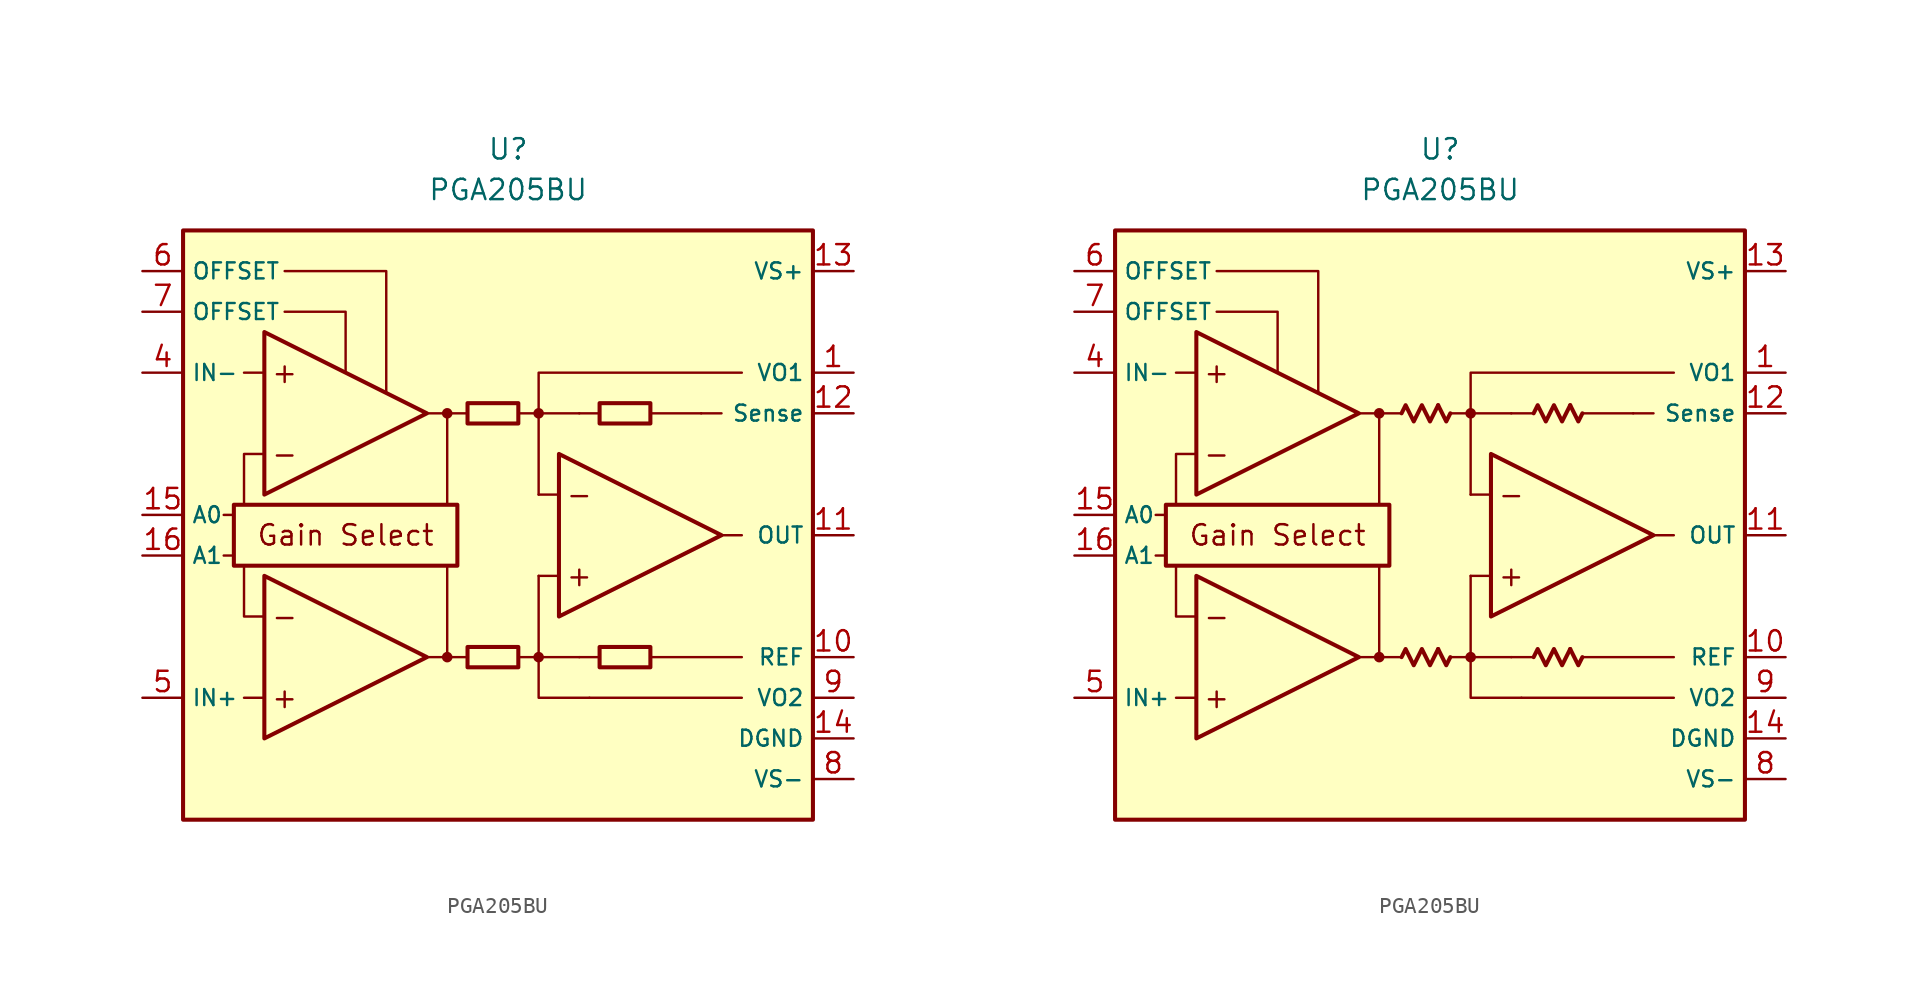
<source format=kicad_sym>
(kicad_symbol_lib
  (version 20231120)
  (generator "kicad_symbol_editor")
  (generator_version "8.0")
  (symbol "PGA205BU"
    (property "Reference" "U"
      (at 0 25.4 0)
      (effects (font (size 1.27 1.27))))
    (property "Value" "PGA205BU"
      (at 0 22.86 0)
      (effects (font (size 1.27 1.27))))
    (symbol "PGA205BU_0_0"
      (rectangle (start -20.32 20.32) (end 19.05 -16.51) (stroke (width 0.254) (type default)) (fill (type background)))
      (rectangle (start -17.145 3.175) (end -3.175 -0.635) (stroke (width 0.254) (type default)) (fill (type none)))
      (circle (center -3.81 -6.35) (radius 0.254) (stroke (width 0.152) (type default)) (fill (type outline)))
      (circle (center -3.81 8.89) (radius 0.254) (stroke (width 0.152) (type default)) (fill (type outline)))
      (polyline (pts (xy -1.27 -6.35)) (stroke (width 0.152) (type default)) (fill (type none)))
      (polyline (pts (xy -1.27 8.89)) (stroke (width 0.152) (type default)) (fill (type none)))
      (polyline (pts (xy 5.715 8.89)) (stroke (width 0.152) (type default)) (fill (type none)))
      (polyline (pts (xy -17.145 0) (xy -17.78 0)) (stroke (width 0.152) (type default)) (fill (type none)))
      (polyline (pts (xy -17.145 2.54) (xy -17.78 2.54)) (stroke (width 0.152) (type default)) (fill (type none)))
      (polyline (pts (xy -15.24 -8.89) (xy -16.51 -8.89)) (stroke (width 0.152) (type default)) (fill (type none)))
      (polyline (pts (xy -15.24 11.43) (xy -16.51 11.43)) (stroke (width 0.152) (type default)) (fill (type none)))
      (polyline (pts (xy -5.08 -6.35) (xy -2.54 -6.35)) (stroke (width 0.152) (type default)) (fill (type none)))
      (polyline (pts (xy -5.08 8.89) (xy -2.54 8.89)) (stroke (width 0.152) (type default)) (fill (type none)))
      (polyline (pts (xy -3.81 -6.35) (xy -3.81 -0.635)) (stroke (width 0.152) (type default)) (fill (type none)))
      (polyline (pts (xy -3.81 3.175) (xy -3.81 8.89)) (stroke (width 0.152) (type default)) (fill (type none)))
      (polyline (pts (xy 0.635 -6.35) (xy 1.905 -6.35)) (stroke (width 0.152) (type default)) (fill (type none)))
      (polyline (pts (xy 0.635 8.89) (xy 1.905 8.89)) (stroke (width 0.152) (type default)) (fill (type none)))
      (polyline (pts (xy 3.175 -1.27) (xy 1.905 -1.27)) (stroke (width 0.152) (type default)) (fill (type none)))
      (polyline (pts (xy 3.175 3.81) (xy 1.905 3.81)) (stroke (width 0.152) (type default)) (fill (type none)))
      (polyline (pts (xy 4.445 -6.35) (xy 1.905 -6.35)) (stroke (width 0.152) (type default)) (fill (type none)))
      (polyline (pts (xy 4.445 -6.35) (xy 5.715 -6.35)) (stroke (width 0.152) (type default)) (fill (type none)))
      (polyline (pts (xy 4.445 8.89) (xy 1.905 8.89)) (stroke (width 0.152) (type default)) (fill (type none)))
      (polyline (pts (xy 4.445 8.89) (xy 5.715 8.89)) (stroke (width 0.152) (type default)) (fill (type none)))
      (polyline (pts (xy 8.89 -6.35) (xy 14.605 -6.35)) (stroke (width 0.152) (type default)) (fill (type none)))
      (polyline (pts (xy 8.89 8.89) (xy 12.065 8.89)) (stroke (width 0.152) (type default)) (fill (type none)))
      (polyline (pts (xy 12.065 8.89) (xy 13.335 8.89)) (stroke (width 0.152) (type default)) (fill (type none)))
      (polyline (pts (xy 13.335 1.27) (xy 14.605 1.27)) (stroke (width 0.152) (type default)) (fill (type none)))
      (polyline (pts (xy 14.605 -8.89) (xy 5.08 -8.89)) (stroke (width 0.152) (type default)) (fill (type none)))
      (polyline (pts (xy -16.51 -0.635) (xy -16.51 -3.81) (xy -15.24 -3.81)) (stroke (width 0.152) (type default)) (fill (type none)))
      (polyline (pts (xy -15.24 6.35) (xy -16.51 6.35) (xy -16.51 3.175)) (stroke (width 0.152) (type default)) (fill (type none)))
      (polyline (pts (xy -13.97 15.24) (xy -10.16 15.24) (xy -10.16 11.43)) (stroke (width 0.152) (type default)) (fill (type none)))
      (polyline (pts (xy -7.62 10.16) (xy -7.62 17.78) (xy -13.97 17.78)) (stroke (width 0.152) (type default)) (fill (type none)))
      (polyline (pts (xy 1.905 -1.27) (xy 1.905 -8.89) (xy 5.08 -8.89)) (stroke (width 0.152) (type default)) (fill (type none)))
      (polyline (pts (xy 14.605 11.43) (xy 1.905 11.43) (xy 1.905 3.81)) (stroke (width 0.152) (type default)) (fill (type none)))
      (circle (center 1.905 -6.35) (radius 0.254) (stroke (width 0.152) (type default)) (fill (type outline)))
      (circle (center 1.905 8.89) (radius 0.254) (stroke (width 0.152) (type default)) (fill (type outline)))
      (text "+" (at -13.97 -8.89 0) (effects (font (size 1.27 1.27))))
      (text "+" (at -13.97 11.43 0) (effects (font (size 1.27 1.27))))
      (text "+" (at 4.445 -1.27 0) (effects (font (size 1.27 1.27))))
      (text "-" (at -13.97 -3.81 0) (effects (font (size 1.27 1.27))))
      (text "-" (at -13.97 6.35 0) (effects (font (size 1.27 1.27))))
      (text "-" (at 4.445 3.81 0) (effects (font (size 1.27 1.27))))
      (text "Gain Select" (at -10.16 1.27 0) (effects (font (size 1.27 1.27)))))
    (symbol "PGA205BU_0_1"
      (rectangle (start -2.54 -5.715) (end 0.635 -6.985) (stroke (width 0.254) (type default)) (fill (type none)))
      (rectangle (start -2.54 9.525) (end 0.635 8.255) (stroke (width 0.254) (type default)) (fill (type none)))
      (rectangle (start 5.715 -5.715) (end 8.89 -6.985) (stroke (width 0.254) (type default)) (fill (type none)))
      (rectangle (start 5.715 9.525) (end 8.89 8.255) (stroke (width 0.254) (type default)) (fill (type none))))
    (symbol "PGA205BU_0_2"
      (polyline (pts (xy -0.127 -5.842) (xy 0.381 -6.858) (xy 0.635 -6.35)) (stroke (width 0.254) (type default)) (fill (type none)))
      (polyline (pts (xy -0.127 9.398) (xy 0.381 8.382) (xy 0.635 8.89)) (stroke (width 0.254) (type default)) (fill (type none)))
      (polyline (pts (xy 8.128 -5.842) (xy 8.636 -6.858) (xy 8.89 -6.35)) (stroke (width 0.254) (type default)) (fill (type none)))
      (polyline (pts (xy 8.128 9.398) (xy 8.636 8.382) (xy 8.89 8.89)) (stroke (width 0.254) (type default)) (fill (type none)))
      (polyline (pts (xy -2.413 -6.35) (xy -2.159 -5.842) (xy -1.651 -6.858) (xy -1.143 -5.842) (xy -0.635 -6.858) (xy -0.127 -5.842)) (stroke (width 0.254) (type default)) (fill (type none)))
      (polyline (pts (xy -2.413 8.89) (xy -2.159 9.398) (xy -1.651 8.382) (xy -1.143 9.398) (xy -0.635 8.382) (xy -0.127 9.398)) (stroke (width 0.254) (type default)) (fill (type none)))
      (polyline (pts (xy 5.842 -6.35) (xy 6.096 -5.842) (xy 6.604 -6.858) (xy 7.112 -5.842) (xy 7.62 -6.858) (xy 8.128 -5.842)) (stroke (width 0.254) (type default)) (fill (type none)))
      (polyline (pts (xy 5.842 8.89) (xy 6.096 9.398) (xy 6.604 8.382) (xy 7.112 9.398) (xy 7.62 8.382) (xy 8.128 9.398)) (stroke (width 0.254) (type default)) (fill (type none))))
    (symbol "PGA205BU_1_0"
      (polyline (pts (xy -15.24 -1.27) (xy -15.24 -11.43) (xy -5.08 -6.35) (xy -15.24 -1.27)) (stroke (width 0.254) (type default)) (fill (type background)))
      (polyline (pts (xy -15.24 13.97) (xy -15.24 3.81) (xy -5.08 8.89) (xy -15.24 13.97)) (stroke (width 0.254) (type default)) (fill (type background)))
      (polyline (pts (xy 3.175 6.35) (xy 3.175 -3.81) (xy 13.335 1.27) (xy 3.175 6.35)) (stroke (width 0.254) (type default)) (fill (type background))))
    (symbol "PGA205BU_1_1"
      (pin passive line (at 21.59 11.43 180) (length 2.54) (name "VO1" (effects (font (size 1 1)))) (number "1" (effects (font (size 1.27 1.27)))))
      (pin passive line (at 21.59 -6.35 180) (length 2.54) (name "REF" (effects (font (size 1 1)))) (number "10" (effects (font (size 1.27 1.27)))))
      (pin output line (at 21.59 1.27 180) (length 2.54) (name "OUT" (effects (font (size 1 1)))) (number "11" (effects (font (size 1.27 1.27)))))
      (pin passive line (at 21.59 8.89 180) (length 2.54) (name "Sense" (effects (font (size 1 1)))) (number "12" (effects (font (size 1.27 1.27)))))
      (pin power_in line (at 21.59 17.78 180) (length 2.54) (name "VS+" (effects (font (size 1 1)))) (number "13" (effects (font (size 1.27 1.27)))))
      (pin power_in line (at 21.59 -11.43 180) (length 2.54) (name "DGND" (effects (font (size 1 1)))) (number "14" (effects (font (size 1.27 1.27)))))
      (pin input line (at -22.86 2.54 0) (length 2.54) (name "A0" (effects (font (size 1 1)))) (number "15" (effects (font (size 1.27 1.27)))))
      (pin input line (at -22.86 0 0) (length 2.54) (name "A1" (effects (font (size 1 1)))) (number "16" (effects (font (size 1.27 1.27)))))
      (pin free line (at -1.27 -10.16 0) (length 2.54) hide (name "NC" (effects (font (size 1.27 1.27)))) (number "2" (effects (font (size 1.27 1.27)))))
      (pin free line (at -1.27 -12.7 0) (length 2.54) hide (name "NC" (effects (font (size 1.27 1.27)))) (number "3" (effects (font (size 1.27 1.27)))))
      (pin input line (at -22.86 11.43 0) (length 2.54) (name "IN-" (effects (font (size 1 1)))) (number "4" (effects (font (size 1.27 1.27)))))
      (pin input line (at -22.86 -8.89 0) (length 2.54) (name "IN+" (effects (font (size 1 1)))) (number "5" (effects (font (size 1.27 1.27)))))
      (pin passive line (at -22.86 17.78 0) (length 2.54) (name "OFFSET" (effects (font (size 1 1)))) (number "6" (effects (font (size 1.27 1.27)))))
      (pin passive line (at -22.86 15.24 0) (length 2.54) (name "OFFSET" (effects (font (size 1 1)))) (number "7" (effects (font (size 1.27 1.27)))))
      (pin power_in line (at 21.59 -13.97 180) (length 2.54) (name "VS-" (effects (font (size 1 1)))) (number "8" (effects (font (size 1.27 1.27)))))
      (pin passive line (at 21.59 -8.89 180) (length 2.54) (name "VO2" (effects (font (size 1 1)))) (number "9" (effects (font (size 1.27 1.27))))))
    (symbol "PGA205BU_1_2"
      (pin passive line (at 21.59 11.43 180) (length 2.54) (name "VO1" (effects (font (size 1 1)))) (number "1" (effects (font (size 1.27 1.27)))))
      (pin passive line (at 21.59 -6.35 180) (length 2.54) (name "REF" (effects (font (size 1 1)))) (number "10" (effects (font (size 1.27 1.27)))))
      (pin output line (at 21.59 1.27 180) (length 2.54) (name "OUT" (effects (font (size 1 1)))) (number "11" (effects (font (size 1.27 1.27)))))
      (pin passive line (at 21.59 8.89 180) (length 2.54) (name "Sense" (effects (font (size 1 1)))) (number "12" (effects (font (size 1.27 1.27)))))
      (pin power_in line (at 21.59 17.78 180) (length 2.54) (name "VS+" (effects (font (size 1 1)))) (number "13" (effects (font (size 1.27 1.27)))))
      (pin power_in line (at 21.59 -11.43 180) (length 2.54) (name "DGND" (effects (font (size 1 1)))) (number "14" (effects (font (size 1.27 1.27)))))
      (pin input line (at -22.86 2.54 0) (length 2.54) (name "A0" (effects (font (size 1 1)))) (number "15" (effects (font (size 1.27 1.27)))))
      (pin input line (at -22.86 0 0) (length 2.54) (name "A1" (effects (font (size 1 1)))) (number "16" (effects (font (size 1.27 1.27)))))
      (pin no_connect line (at -1.27 -10.16 0) (length 2.54) hide (name "NC" (effects (font (size 1.27 1.27)))) (number "2" (effects (font (size 1.27 1.27)))))
      (pin no_connect line (at -1.27 -12.7 0) (length 2.54) hide (name "NC" (effects (font (size 1.27 1.27)))) (number "3" (effects (font (size 1.27 1.27)))))
      (pin input line (at -22.86 11.43 0) (length 2.54) (name "IN-" (effects (font (size 1 1)))) (number "4" (effects (font (size 1.27 1.27)))))
      (pin input line (at -22.86 -8.89 0) (length 2.54) (name "IN+" (effects (font (size 1 1)))) (number "5" (effects (font (size 1.27 1.27)))))
      (pin passive line (at -22.86 17.78 0) (length 2.54) (name "OFFSET" (effects (font (size 1 1)))) (number "6" (effects (font (size 1.27 1.27)))))
      (pin passive line (at -22.86 15.24 0) (length 2.54) (name "OFFSET" (effects (font (size 1 1)))) (number "7" (effects (font (size 1.27 1.27)))))
      (pin power_in line (at 21.59 -13.97 180) (length 2.54) (name "VS-" (effects (font (size 1 1)))) (number "8" (effects (font (size 1.27 1.27)))))
      (pin passive line (at 21.59 -8.89 180) (length 2.54) (name "VO2" (effects (font (size 1 1)))) (number "9" (effects (font (size 1.27 1.27))))))))
</source>
